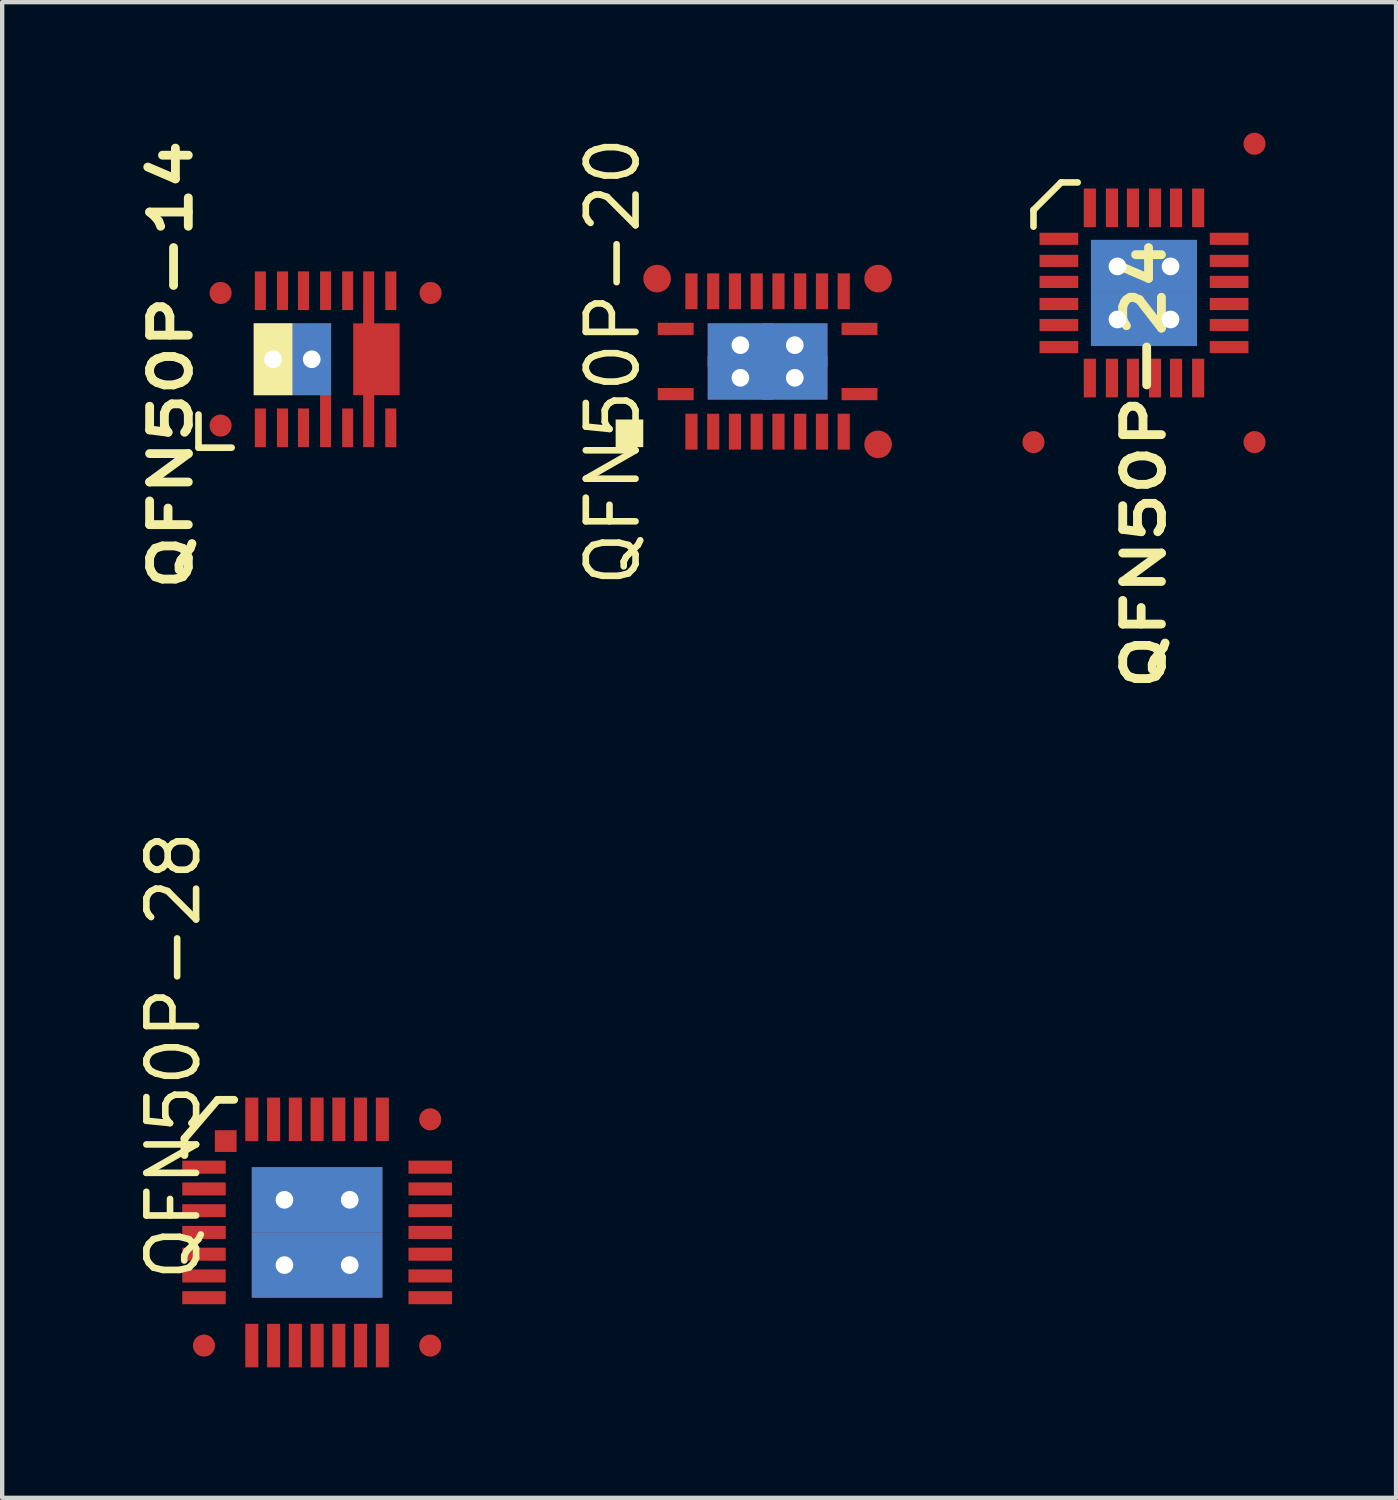
<source format=kicad_pcb>
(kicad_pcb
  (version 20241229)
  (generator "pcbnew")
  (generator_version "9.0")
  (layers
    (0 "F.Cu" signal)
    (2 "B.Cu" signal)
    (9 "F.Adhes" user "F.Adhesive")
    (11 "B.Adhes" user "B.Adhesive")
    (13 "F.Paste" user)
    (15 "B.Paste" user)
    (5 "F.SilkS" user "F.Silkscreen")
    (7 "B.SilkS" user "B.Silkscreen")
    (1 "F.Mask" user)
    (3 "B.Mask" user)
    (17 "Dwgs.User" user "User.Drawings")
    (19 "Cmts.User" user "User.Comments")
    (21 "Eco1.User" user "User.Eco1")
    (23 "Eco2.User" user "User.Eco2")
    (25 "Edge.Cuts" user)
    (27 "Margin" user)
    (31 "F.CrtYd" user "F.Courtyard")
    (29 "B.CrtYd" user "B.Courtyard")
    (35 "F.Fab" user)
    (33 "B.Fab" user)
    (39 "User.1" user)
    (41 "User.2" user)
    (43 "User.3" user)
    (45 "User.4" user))
  (footprint "QFN50P-14"
    (layer "F.Cu")
    (at 4.433 5.207)
    (property "Reference" "QFN50P-14" (at -3.556 0.127 90) (layer "F.SilkS") (effects (font (size 0.889 1.143) (thickness 0.203))))
    (attr smd)
    (fp_line (start -2.921 2.032) (end -2.921 1.27) (stroke (width 0.152) (type solid)) (layer "F.SilkS"))
    (fp_line (start -2.159 2.032) (end -2.921 2.032) (stroke (width 0.152) (type solid)) (layer "F.SilkS"))
    (pad "1" smd rect (at -1.499 1.575) (size 0.254 0.889) (layers "F.Cu" "F.Mask" "F.Paste"))
    (pad "2" smd rect (at -0.991 1.575) (size 0.254 0.889) (layers "F.Cu" "F.Mask" "F.Paste"))
    (pad "3" smd rect (at -0.508 1.575) (size 0.254 0.889) (layers "F.Cu" "F.Mask" "F.Paste"))
    (pad "4" smd rect (at 0 1.384) (size 0.254 1.27) (layers "F.Cu" "F.Mask" "F.Paste"))
    (pad "5" smd rect (at 0.508 1.575) (size 0.254 0.889) (layers "F.Cu" "F.Mask" "F.Paste"))
    (pad "6" smd rect (at 0.991 1.384) (size 0.254 1.27) (layers "F.Cu" "F.Mask" "F.Paste"))
    (pad "7" smd rect (at 1.499 1.575) (size 0.254 0.889) (layers "F.Cu" "F.Mask" "F.Paste"))
    (pad "8" smd rect (at 1.499 -1.575) (size 0.254 0.889) (layers "F.Cu" "F.Mask" "F.Paste"))
    (pad "9" smd rect (at 0.991 -1.384) (size 0.254 1.27) (layers "F.Cu" "F.Mask" "F.Paste"))
    (pad "10" smd rect (at 0.508 -1.575) (size 0.254 0.889) (layers "F.Cu" "F.Mask" "F.Paste"))
    (pad "11" smd rect (at 0 -1.575) (size 0.254 0.889) (layers "F.Cu" "F.Mask" "F.Paste"))
    (pad "12" smd rect (at -0.508 -1.575) (size 0.254 0.889) (layers "F.Cu" "F.Mask" "F.Paste"))
    (pad "13" smd rect (at -0.991 -1.575) (size 0.254 0.889) (layers "F.Cu" "F.Mask" "F.Paste"))
    (pad "14" smd rect (at -1.499 -1.575) (size 0.254 0.889) (layers "F.Cu" "F.Mask" "F.Paste"))
    (pad "15" thru_hole rect (at -1.206 0) (size 0.889 1.651) (drill 0.406) (layers "*.Cu" "*.Mask" "F.SilkS" "F.Paste"))
    (pad "15" thru_hole rect (at -0.318 0) (size 0.889 1.651) (drill 0.406) (layers "*.Cu" "*.Mask" "F.Paste"))
    (pad "16" smd rect (at 1.168 0) (size 1.067 1.651) (layers "F.Cu" "F.Mask" "F.Paste"))
    (pad "17" smd circle (at -2.413 1.524) (size 0.508 0.508) (layers "F.Cu" "F.Mask"))
    (pad "18" smd circle (at -2.413 -1.524) (size 0.508 0.508) (layers "F.Cu" "F.Mask"))
    (pad "19" smd circle (at 2.413 -1.524) (size 0.508 0.508) (layers "F.Cu" "F.Mask")))
  (footprint "QFN50P-20"
    (layer "F.Cu")
    (at 14.592 5.258)
    (property "Reference" "QFN50P-20" (at -3.556 0 90) (layer "F.SilkS") (effects (font (size 1.143 1.143) (thickness 0.152))))
    (attr smd)
    (pad "" smd rect (at -3.175 1.651) (size 0.635 0.635) (layers "F.Mask" "F.SilkS"))
    (pad "1" smd rect (at -2.112 0.75 90) (size 0.28 0.825) (layers "F.Cu" "F.Mask" "F.Paste" "Eco1.User"))
    (pad "2" smd rect (at -1.75 1.613) (size 0.28 0.825) (layers "F.Cu" "F.Mask" "F.Paste" "Eco1.User"))
    (pad "3" smd rect (at -1.25 1.613) (size 0.28 0.825) (layers "F.Cu" "F.Mask" "F.Paste" "Eco1.User"))
    (pad "4" smd rect (at -0.75 1.613) (size 0.28 0.825) (layers "F.Cu" "F.Mask" "F.Paste" "Eco1.User"))
    (pad "5" smd rect (at -0.25 1.613) (size 0.28 0.825) (layers "F.Cu" "F.Mask" "F.Paste" "Eco1.User"))
    (pad "6" smd rect (at 0.25 1.613) (size 0.28 0.825) (layers "F.Cu" "F.Mask" "F.Paste" "Eco1.User"))
    (pad "7" smd rect (at 0.75 1.613) (size 0.28 0.825) (layers "F.Cu" "F.Mask" "F.Paste" "Eco1.User"))
    (pad "8" smd rect (at 1.25 1.613) (size 0.28 0.825) (layers "F.Cu" "F.Mask" "F.Paste" "Eco1.User"))
    (pad "9" smd rect (at 1.75 1.613) (size 0.28 0.825) (layers "F.Cu" "F.Mask" "F.Paste" "Eco1.User"))
    (pad "10" smd rect (at 2.112 0.75 90) (size 0.28 0.825) (layers "F.Cu" "F.Mask" "F.Paste" "Eco1.User"))
    (pad "11" smd rect (at 2.112 -0.75 90) (size 0.28 0.825) (layers "F.Cu" "F.Mask" "F.Paste" "Eco1.User"))
    (pad "12" smd rect (at 1.75 -1.613) (size 0.28 0.825) (layers "F.Cu" "F.Mask" "F.Paste" "Eco1.User"))
    (pad "13" smd rect (at 1.25 -1.613) (size 0.28 0.825) (layers "F.Cu" "F.Mask" "F.Paste" "Eco1.User"))
    (pad "14" smd rect (at 0.75 -1.613) (size 0.28 0.825) (layers "F.Cu" "F.Mask" "F.Paste" "Eco1.User"))
    (pad "15" smd rect (at 0.25 -1.613) (size 0.28 0.825) (layers "F.Cu" "F.Mask" "F.Paste" "Eco1.User"))
    (pad "16" smd rect (at -0.25 -1.613) (size 0.28 0.825) (layers "F.Cu" "F.Mask" "F.Paste" "Eco1.User"))
    (pad "17" smd rect (at -0.75 -1.613) (size 0.28 0.825) (layers "F.Cu" "F.Mask" "F.Paste" "Eco1.User"))
    (pad "18" smd rect (at -1.25 -1.613) (size 0.28 0.825) (layers "F.Cu" "F.Mask" "F.Paste" "Eco1.User"))
    (pad "19" smd rect (at -1.75 -1.613) (size 0.28 0.825) (layers "F.Cu" "F.Mask" "F.Paste" "Eco1.User"))
    (pad "20" smd rect (at -2.112 -0.75 90) (size 0.28 0.825) (layers "F.Cu" "F.Mask" "F.Paste" "Eco1.User"))
    (pad "22" thru_hole rect (at -0.625 -0.375) (size 1.501 1.001) (drill 0.406) (layers "*.Cu" "*.Mask" "F.Paste"))
    (pad "22" thru_hole rect (at -0.625 0.375) (size 1.501 1.001) (drill 0.406) (layers "*.Cu" "*.Mask" "F.Paste"))
    (pad "22" thru_hole rect (at 0.625 -0.375) (size 1.501 1.001) (drill 0.406) (layers "*.Cu" "*.Mask" "F.Paste"))
    (pad "22" thru_hole rect (at 0.625 0.375) (size 1.501 1.001) (drill 0.406) (layers "*.Cu" "*.Mask" "F.Paste"))
    (pad "23" smd circle (at -2.54 -1.905) (size 0.635 0.635) (layers "F.Cu" "F.Mask"))
    (pad "23" smd circle (at 2.54 -1.905) (size 0.635 0.635) (layers "F.Cu" "F.Mask"))
    (pad "23" smd circle (at 2.54 1.905) (size 0.635 0.635) (layers "F.Cu" "F.Mask")))
  (footprint "QFN50P-28"
    (layer "F.Cu")
    (at 4.238 25.276)
    (property "Reference" "QFN50P-28" (at -3.302 -4.064 90) (layer "F.SilkS") (effects (font (size 1.143 1.143) (thickness 0.152))))
    (attr smd)
    (fp_line (start -3.048 -2.159) (end -2.286 -3.048) (stroke (width 0.178) (type solid)) (layer "F.SilkS"))
    (fp_line (start -3.048 -1.778) (end -3.048 -2.159) (stroke (width 0.178) (type solid)) (layer "F.SilkS"))
    (fp_line (start -1.905 -3.048) (end -2.286 -3.048) (stroke (width 0.178) (type solid)) (layer "F.SilkS"))
    (pad "1" smd rect (at -2.6 -1.5) (size 1 0.3) (layers "F.Cu" "F.Mask" "F.Paste" "Eco1.User"))
    (pad "2" smd rect (at -2.6 -1) (size 1 0.3) (layers "F.Cu" "F.Mask" "F.Paste" "Eco1.User"))
    (pad "3" smd rect (at -2.6 -0.5) (size 1 0.3) (layers "F.Cu" "F.Mask" "F.Paste" "Eco1.User"))
    (pad "4" smd rect (at -2.6 0) (size 1 0.3) (layers "F.Cu" "F.Mask" "F.Paste" "Eco1.User"))
    (pad "5" smd rect (at -2.6 0.5) (size 1 0.3) (layers "F.Cu" "F.Mask" "F.Paste" "Eco1.User"))
    (pad "6" smd rect (at -2.6 1) (size 1 0.3) (layers "F.Cu" "F.Mask" "F.Paste" "Eco1.User"))
    (pad "7" smd rect (at -2.6 1.5) (size 1 0.3) (layers "F.Cu" "F.Mask" "F.Paste" "Eco1.User"))
    (pad "8" smd rect (at -1.5 2.6 90) (size 1 0.3) (layers "F.Cu" "F.Mask" "F.Paste" "Eco1.User"))
    (pad "9" smd rect (at -1 2.6 90) (size 1 0.3) (layers "F.Cu" "F.Mask" "F.Paste" "Eco1.User"))
    (pad "10" smd rect (at -0.5 2.6 90) (size 1 0.3) (layers "F.Cu" "F.Mask" "F.Paste" "Eco1.User"))
    (pad "11" smd rect (at 0 2.6 90) (size 1 0.3) (layers "F.Cu" "F.Mask" "F.Paste" "Eco1.User"))
    (pad "12" smd rect (at 0.5 2.6 90) (size 1 0.3) (layers "F.Cu" "F.Mask" "F.Paste" "Eco1.User"))
    (pad "13" smd rect (at 1 2.6 90) (size 1 0.3) (layers "F.Cu" "F.Mask" "F.Paste" "Eco1.User"))
    (pad "14" smd rect (at 1.5 2.6 90) (size 1 0.3) (layers "F.Cu" "F.Mask" "F.Paste" "Eco1.User"))
    (pad "15" smd rect (at 2.6 1.5 180) (size 1 0.3) (layers "F.Cu" "F.Mask" "F.Paste" "Eco1.User"))
    (pad "16" smd rect (at 2.6 1 180) (size 1 0.3) (layers "F.Cu" "F.Mask" "F.Paste" "Eco1.User"))
    (pad "17" smd rect (at 2.6 0.5 180) (size 1 0.3) (layers "F.Cu" "F.Mask" "F.Paste" "Eco1.User"))
    (pad "18" smd rect (at 2.6 0 180) (size 1 0.3) (layers "F.Cu" "F.Mask" "F.Paste" "Eco1.User"))
    (pad "19" smd rect (at 2.6 -0.5 180) (size 1 0.3) (layers "F.Cu" "F.Mask" "F.Paste" "Eco1.User"))
    (pad "20" smd rect (at 2.6 -1 180) (size 1 0.3) (layers "F.Cu" "F.Mask" "F.Paste" "Eco1.User"))
    (pad "21" smd rect (at 2.6 -1.5 180) (size 1 0.3) (layers "F.Cu" "F.Mask" "F.Paste" "Eco1.User"))
    (pad "22" smd rect (at 1.5 -2.6 270) (size 1 0.3) (layers "F.Cu" "F.Mask" "F.Paste" "Eco1.User"))
    (pad "23" smd rect (at 1 -2.6 270) (size 1 0.3) (layers "F.Cu" "F.Mask" "F.Paste" "Eco1.User"))
    (pad "24" smd rect (at 0.5 -2.6 270) (size 1 0.3) (layers "F.Cu" "F.Mask" "F.Paste" "Eco1.User"))
    (pad "25" smd rect (at 0 -2.6 270) (size 1 0.3) (layers "F.Cu" "F.Mask" "F.Paste" "Eco1.User"))
    (pad "26" smd rect (at -0.5 -2.6 270) (size 1 0.3) (layers "F.Cu" "F.Mask" "F.Paste" "Eco1.User"))
    (pad "27" smd rect (at -1 -2.6 270) (size 1 0.3) (layers "F.Cu" "F.Mask" "F.Paste" "Eco1.User"))
    (pad "28" smd rect (at -1.5 -2.6 270) (size 1 0.3) (layers "F.Cu" "F.Mask" "F.Paste" "Eco1.User"))
    (pad "29" smd rect (at -2.1 -2.1) (size 0.5 0.5) (layers "F.Cu"))
    (pad "29" thru_hole rect (at -0.75 -0.75) (size 1.501 1.501) (drill 0.406) (layers "*.Cu" "*.Mask" "F.Paste"))
    (pad "29" thru_hole rect (at -0.75 0.75) (size 1.501 1.501) (drill 0.406) (layers "*.Cu" "*.Mask" "F.Paste"))
    (pad "29" thru_hole rect (at 0.75 -0.75) (size 1.501 1.501) (drill 0.406) (layers "*.Cu" "*.Mask" "F.Paste"))
    (pad "29" thru_hole rect (at 0.75 0.75) (size 1.501 1.501) (drill 0.406) (layers "*.Cu" "*.Mask" "F.Paste"))
    (pad "30" smd circle (at -2.6 2.6) (size 0.508 0.508) (layers "F.Cu" "F.Mask"))
    (pad "30" smd circle (at 2.6 -2.6) (size 0.508 0.508) (layers "F.Cu" "F.Mask"))
    (pad "30" smd circle (at 2.6 2.6) (size 0.508 0.508) (layers "F.Cu" "F.Mask")))
  (footprint "QFN50P-24"
    (layer "F.Cu")
    (at 23.243 3.683)
    (property "Reference" "QFN50P-24" (at 0 3.937 90) (layer "F.SilkS") (effects (font (size 0.889 1.143) (thickness 0.203))))
    (attr smd)
    (fp_line (start -2.54 -1.905) (end -1.905 -2.54) (stroke (width 0.152) (type solid)) (layer "F.SilkS"))
    (fp_line (start -2.54 -1.524) (end -2.54 -1.905) (stroke (width 0.152) (type solid)) (layer "F.SilkS"))
    (fp_line (start -1.524 -2.54) (end -1.905 -2.54) (stroke (width 0.152) (type solid)) (layer "F.SilkS"))
    (pad "1" smd rect (at -1.956 -1.245) (size 0.889 0.279) (layers "F.Cu" "F.Mask" "F.Paste" "Eco1.User"))
    (pad "2" smd rect (at -1.956 -0.737) (size 0.889 0.279) (layers "F.Cu" "F.Mask" "F.Paste" "Eco1.User"))
    (pad "3" smd rect (at -1.956 -0.254) (size 0.889 0.279) (layers "F.Cu" "F.Mask" "F.Paste" "Eco1.User"))
    (pad "4" smd rect (at -1.956 0.254) (size 0.889 0.279) (layers "F.Cu" "F.Mask" "F.Paste" "Eco1.User"))
    (pad "5" smd rect (at -1.956 0.737) (size 0.889 0.279) (layers "F.Cu" "F.Mask" "F.Paste" "Eco1.User"))
    (pad "6" smd rect (at -1.956 1.245) (size 0.889 0.279) (layers "F.Cu" "F.Mask" "F.Paste" "Eco1.User"))
    (pad "7" smd rect (at -1.245 1.956) (size 0.279 0.889) (layers "F.Cu" "F.Mask" "F.Paste" "Eco1.User"))
    (pad "8" smd rect (at -0.737 1.956) (size 0.279 0.889) (layers "F.Cu" "F.Mask" "F.Paste" "Eco1.User"))
    (pad "9" smd rect (at -0.254 1.956) (size 0.279 0.889) (layers "F.Cu" "F.Mask" "F.Paste" "Eco1.User"))
    (pad "10" smd rect (at 0.254 1.956) (size 0.279 0.889) (layers "F.Cu" "F.Mask" "F.Paste" "Eco1.User"))
    (pad "11" smd rect (at 0.737 1.956) (size 0.279 0.889) (layers "F.Cu" "F.Mask" "F.Paste" "Eco1.User"))
    (pad "12" smd rect (at 1.245 1.956) (size 0.279 0.889) (layers "F.Cu" "F.Mask" "F.Paste" "Eco1.User"))
    (pad "13" smd rect (at 1.956 1.245) (size 0.889 0.279) (layers "F.Cu" "F.Mask" "F.Paste" "Eco1.User"))
    (pad "14" smd rect (at 1.956 0.737) (size 0.889 0.279) (layers "F.Cu" "F.Mask" "F.Paste" "Eco1.User"))
    (pad "15" smd rect (at 1.956 0.254) (size 0.889 0.279) (layers "F.Cu" "F.Mask" "F.Paste" "Eco1.User"))
    (pad "16" smd rect (at 1.956 -0.254) (size 0.889 0.279) (layers "F.Cu" "F.Mask" "F.Paste" "Eco1.User"))
    (pad "17" smd rect (at 1.956 -0.737) (size 0.889 0.279) (layers "F.Cu" "F.Mask" "F.Paste" "Eco1.User"))
    (pad "18" smd rect (at 1.956 -1.245) (size 0.889 0.279) (layers "F.Cu" "F.Mask" "F.Paste" "Eco1.User"))
    (pad "19" smd rect (at 1.245 -1.956) (size 0.279 0.889) (layers "F.Cu" "F.Mask" "F.Paste" "Eco1.User"))
    (pad "20" smd rect (at 0.737 -1.956) (size 0.279 0.889) (layers "F.Cu" "F.Mask" "F.Paste" "Eco1.User"))
    (pad "21" smd rect (at 0.254 -1.956) (size 0.279 0.889) (layers "F.Cu" "F.Mask" "F.Paste" "Eco1.User"))
    (pad "22" smd rect (at -0.254 -1.956) (size 0.279 0.889) (layers "F.Cu" "F.Mask" "F.Paste" "Eco1.User"))
    (pad "23" smd rect (at -0.737 -1.956) (size 0.279 0.889) (layers "F.Cu" "F.Mask" "F.Paste" "Eco1.User"))
    (pad "24" smd rect (at -1.245 -1.956) (size 0.279 0.889) (layers "F.Cu" "F.Mask" "F.Paste" "Eco1.User"))
    (pad "25" thru_hole rect (at -0.61 -0.61) (size 1.219 1.219) (drill 0.406) (layers "*.Cu" "*.Mask" "F.Paste"))
    (pad "25" thru_hole rect (at -0.61 0.61) (size 1.219 1.219) (drill 0.406) (layers "*.Cu" "*.Mask" "F.Paste"))
    (pad "25" thru_hole rect (at 0.61 -0.61) (size 1.219 1.219) (drill 0.406) (layers "*.Cu" "*.Mask" "F.Paste"))
    (pad "25" thru_hole rect (at 0.61 0.61) (size 1.219 1.219) (drill 0.406) (layers "*.Cu" "*.Mask" "F.Paste"))
    (pad "26" smd circle (at -2.54 3.429) (size 0.508 0.508) (layers "F.Cu" "F.Mask"))
    (pad "26" smd circle (at 2.54 -3.429) (size 0.508 0.508) (layers "F.Cu" "F.Mask"))
    (pad "26" smd circle (at 2.54 3.429) (size 0.508 0.508) (layers "F.Cu" "F.Mask")))
  (gr_rect
    (start -3 -3)
    (end 29.037 31.376)
    (stroke (width 0.1) (type default))
    (fill no)
    (layer "Edge.Cuts")))
</source>
